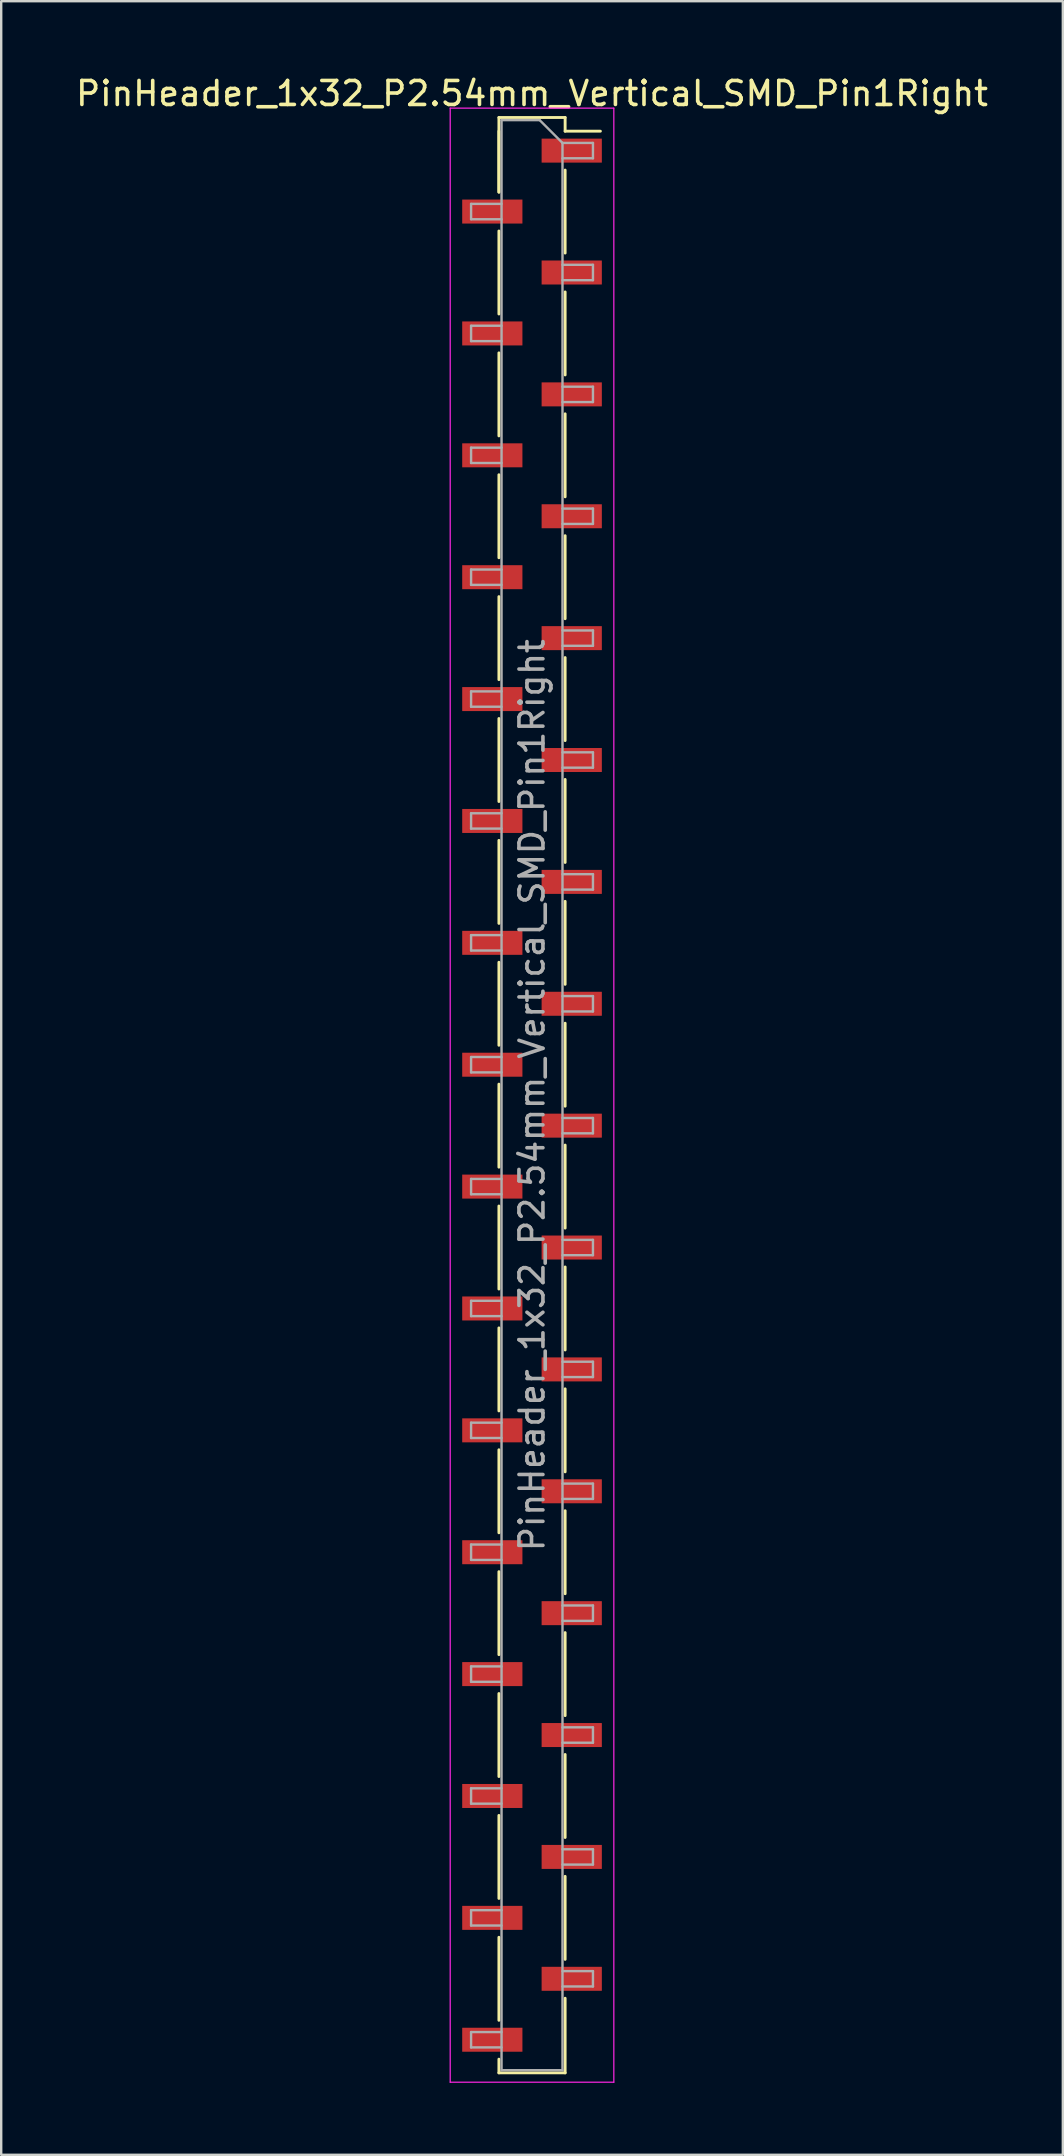
<source format=kicad_pcb>
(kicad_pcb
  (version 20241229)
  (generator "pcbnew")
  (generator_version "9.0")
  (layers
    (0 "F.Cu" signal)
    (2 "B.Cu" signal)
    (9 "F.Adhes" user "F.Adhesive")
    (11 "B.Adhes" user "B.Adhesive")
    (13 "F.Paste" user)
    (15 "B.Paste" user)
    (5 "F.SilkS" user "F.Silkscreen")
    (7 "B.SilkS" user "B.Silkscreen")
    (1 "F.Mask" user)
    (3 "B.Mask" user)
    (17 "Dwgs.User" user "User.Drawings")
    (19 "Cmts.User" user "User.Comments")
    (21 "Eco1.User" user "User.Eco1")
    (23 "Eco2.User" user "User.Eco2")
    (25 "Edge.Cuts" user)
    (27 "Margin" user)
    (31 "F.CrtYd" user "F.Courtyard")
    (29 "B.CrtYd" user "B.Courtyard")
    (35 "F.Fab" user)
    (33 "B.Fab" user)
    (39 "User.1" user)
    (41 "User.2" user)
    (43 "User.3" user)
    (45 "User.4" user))
  (footprint "PinHeader_1x32_P2.54mm_Vertical_SMD_Pin1Right"
    (layer "F.Cu")
    (at 19.125 42.598)
    (property "Reference" "PinHeader_1x32_P2.54mm_Vertical_SMD_Pin1Right" (at 0 -41.75 0) (layer "F.SilkS") (effects (font (size 1 1) (thickness 0.15))))
    (attr smd)
    (fp_line (start -1.38 -40.75) (end -1.38 -37.64) (stroke (width 0.12) (type solid)) (layer "F.SilkS"))
    (fp_line (start -1.38 -40.75) (end 1.38 -40.75) (stroke (width 0.12) (type solid)) (layer "F.SilkS"))
    (fp_line (start -1.38 -40.18) (end -1.38 -37.64) (stroke (width 0.12) (type solid)) (layer "F.SilkS"))
    (fp_line (start -1.38 -36.02) (end -1.38 -32.56) (stroke (width 0.12) (type solid)) (layer "F.SilkS"))
    (fp_line (start -1.38 -30.94) (end -1.38 -27.48) (stroke (width 0.12) (type solid)) (layer "F.SilkS"))
    (fp_line (start -1.38 -25.86) (end -1.38 -22.4) (stroke (width 0.12) (type solid)) (layer "F.SilkS"))
    (fp_line (start -1.38 -20.78) (end -1.38 -17.32) (stroke (width 0.12) (type solid)) (layer "F.SilkS"))
    (fp_line (start -1.38 -15.7) (end -1.38 -12.24) (stroke (width 0.12) (type solid)) (layer "F.SilkS"))
    (fp_line (start -1.38 -10.62) (end -1.38 -7.16) (stroke (width 0.12) (type solid)) (layer "F.SilkS"))
    (fp_line (start -1.38 -5.54) (end -1.38 -2.08) (stroke (width 0.12) (type solid)) (layer "F.SilkS"))
    (fp_line (start -1.38 -0.46) (end -1.38 3) (stroke (width 0.12) (type solid)) (layer "F.SilkS"))
    (fp_line (start -1.38 4.62) (end -1.38 8.08) (stroke (width 0.12) (type solid)) (layer "F.SilkS"))
    (fp_line (start -1.38 9.7) (end -1.38 13.16) (stroke (width 0.12) (type solid)) (layer "F.SilkS"))
    (fp_line (start -1.38 14.78) (end -1.38 18.24) (stroke (width 0.12) (type solid)) (layer "F.SilkS"))
    (fp_line (start -1.38 19.86) (end -1.38 23.32) (stroke (width 0.12) (type solid)) (layer "F.SilkS"))
    (fp_line (start -1.38 24.94) (end -1.38 28.4) (stroke (width 0.12) (type solid)) (layer "F.SilkS"))
    (fp_line (start -1.38 30.02) (end -1.38 33.48) (stroke (width 0.12) (type solid)) (layer "F.SilkS"))
    (fp_line (start -1.38 35.1) (end -1.38 38.56) (stroke (width 0.12) (type solid)) (layer "F.SilkS"))
    (fp_line (start -1.38 40.18) (end -1.38 40.75) (stroke (width 0.12) (type solid)) (layer "F.SilkS"))
    (fp_line (start -1.38 40.75) (end 1.38 40.75) (stroke (width 0.12) (type solid)) (layer "F.SilkS"))
    (fp_line (start 1.38 -40.75) (end 1.38 -40.18) (stroke (width 0.12) (type solid)) (layer "F.SilkS"))
    (fp_line (start 1.38 -40.18) (end 2.85 -40.18) (stroke (width 0.12) (type solid)) (layer "F.SilkS"))
    (fp_line (start 1.38 -38.56) (end 1.38 -35.1) (stroke (width 0.12) (type solid)) (layer "F.SilkS"))
    (fp_line (start 1.38 -33.48) (end 1.38 -30.02) (stroke (width 0.12) (type solid)) (layer "F.SilkS"))
    (fp_line (start 1.38 -28.4) (end 1.38 -24.94) (stroke (width 0.12) (type solid)) (layer "F.SilkS"))
    (fp_line (start 1.38 -23.32) (end 1.38 -19.86) (stroke (width 0.12) (type solid)) (layer "F.SilkS"))
    (fp_line (start 1.38 -18.24) (end 1.38 -14.78) (stroke (width 0.12) (type solid)) (layer "F.SilkS"))
    (fp_line (start 1.38 -13.16) (end 1.38 -9.7) (stroke (width 0.12) (type solid)) (layer "F.SilkS"))
    (fp_line (start 1.38 -8.08) (end 1.38 -4.62) (stroke (width 0.12) (type solid)) (layer "F.SilkS"))
    (fp_line (start 1.38 -3) (end 1.38 0.46) (stroke (width 0.12) (type solid)) (layer "F.SilkS"))
    (fp_line (start 1.38 2.08) (end 1.38 5.54) (stroke (width 0.12) (type solid)) (layer "F.SilkS"))
    (fp_line (start 1.38 7.16) (end 1.38 10.62) (stroke (width 0.12) (type solid)) (layer "F.SilkS"))
    (fp_line (start 1.38 12.24) (end 1.38 15.7) (stroke (width 0.12) (type solid)) (layer "F.SilkS"))
    (fp_line (start 1.38 17.32) (end 1.38 20.78) (stroke (width 0.12) (type solid)) (layer "F.SilkS"))
    (fp_line (start 1.38 22.4) (end 1.38 25.86) (stroke (width 0.12) (type solid)) (layer "F.SilkS"))
    (fp_line (start 1.38 27.48) (end 1.38 30.94) (stroke (width 0.12) (type solid)) (layer "F.SilkS"))
    (fp_line (start 1.38 32.56) (end 1.38 36.02) (stroke (width 0.12) (type solid)) (layer "F.SilkS"))
    (fp_line (start 1.38 37.64) (end 1.38 40.75) (stroke (width 0.12) (type solid)) (layer "F.SilkS"))
    (fp_line (start -3.41 -41.14) (end -3.41 41.14) (stroke (width 0.05) (type solid)) (layer "F.CrtYd"))
    (fp_line (start -3.41 41.14) (end 3.41 41.14) (stroke (width 0.05) (type solid)) (layer "F.CrtYd"))
    (fp_line (start 3.41 -41.14) (end -3.41 -41.14) (stroke (width 0.05) (type solid)) (layer "F.CrtYd"))
    (fp_line (start 3.41 41.14) (end 3.41 -41.14) (stroke (width 0.05) (type solid)) (layer "F.CrtYd"))
    (fp_line (start -2.54 -37.15) (end -2.54 -36.51) (stroke (width 0.1) (type solid)) (layer "F.Fab"))
    (fp_line (start -2.54 -36.51) (end -1.27 -36.51) (stroke (width 0.1) (type solid)) (layer "F.Fab"))
    (fp_line (start -2.54 -32.07) (end -2.54 -31.43) (stroke (width 0.1) (type solid)) (layer "F.Fab"))
    (fp_line (start -2.54 -31.43) (end -1.27 -31.43) (stroke (width 0.1) (type solid)) (layer "F.Fab"))
    (fp_line (start -2.54 -26.99) (end -2.54 -26.35) (stroke (width 0.1) (type solid)) (layer "F.Fab"))
    (fp_line (start -2.54 -26.35) (end -1.27 -26.35) (stroke (width 0.1) (type solid)) (layer "F.Fab"))
    (fp_line (start -2.54 -21.91) (end -2.54 -21.27) (stroke (width 0.1) (type solid)) (layer "F.Fab"))
    (fp_line (start -2.54 -21.27) (end -1.27 -21.27) (stroke (width 0.1) (type solid)) (layer "F.Fab"))
    (fp_line (start -2.54 -16.83) (end -2.54 -16.19) (stroke (width 0.1) (type solid)) (layer "F.Fab"))
    (fp_line (start -2.54 -16.19) (end -1.27 -16.19) (stroke (width 0.1) (type solid)) (layer "F.Fab"))
    (fp_line (start -2.54 -11.75) (end -2.54 -11.11) (stroke (width 0.1) (type solid)) (layer "F.Fab"))
    (fp_line (start -2.54 -11.11) (end -1.27 -11.11) (stroke (width 0.1) (type solid)) (layer "F.Fab"))
    (fp_line (start -2.54 -6.67) (end -2.54 -6.03) (stroke (width 0.1) (type solid)) (layer "F.Fab"))
    (fp_line (start -2.54 -6.03) (end -1.27 -6.03) (stroke (width 0.1) (type solid)) (layer "F.Fab"))
    (fp_line (start -2.54 -1.59) (end -2.54 -0.95) (stroke (width 0.1) (type solid)) (layer "F.Fab"))
    (fp_line (start -2.54 -0.95) (end -1.27 -0.95) (stroke (width 0.1) (type solid)) (layer "F.Fab"))
    (fp_line (start -2.54 3.49) (end -2.54 4.13) (stroke (width 0.1) (type solid)) (layer "F.Fab"))
    (fp_line (start -2.54 4.13) (end -1.27 4.13) (stroke (width 0.1) (type solid)) (layer "F.Fab"))
    (fp_line (start -2.54 8.57) (end -2.54 9.21) (stroke (width 0.1) (type solid)) (layer "F.Fab"))
    (fp_line (start -2.54 9.21) (end -1.27 9.21) (stroke (width 0.1) (type solid)) (layer "F.Fab"))
    (fp_line (start -2.54 13.65) (end -2.54 14.29) (stroke (width 0.1) (type solid)) (layer "F.Fab"))
    (fp_line (start -2.54 14.29) (end -1.27 14.29) (stroke (width 0.1) (type solid)) (layer "F.Fab"))
    (fp_line (start -2.54 18.73) (end -2.54 19.37) (stroke (width 0.1) (type solid)) (layer "F.Fab"))
    (fp_line (start -2.54 19.37) (end -1.27 19.37) (stroke (width 0.1) (type solid)) (layer "F.Fab"))
    (fp_line (start -2.54 23.81) (end -2.54 24.45) (stroke (width 0.1) (type solid)) (layer "F.Fab"))
    (fp_line (start -2.54 24.45) (end -1.27 24.45) (stroke (width 0.1) (type solid)) (layer "F.Fab"))
    (fp_line (start -2.54 28.89) (end -2.54 29.53) (stroke (width 0.1) (type solid)) (layer "F.Fab"))
    (fp_line (start -2.54 29.53) (end -1.27 29.53) (stroke (width 0.1) (type solid)) (layer "F.Fab"))
    (fp_line (start -2.54 33.97) (end -2.54 34.61) (stroke (width 0.1) (type solid)) (layer "F.Fab"))
    (fp_line (start -2.54 34.61) (end -1.27 34.61) (stroke (width 0.1) (type solid)) (layer "F.Fab"))
    (fp_line (start -2.54 39.05) (end -2.54 39.69) (stroke (width 0.1) (type solid)) (layer "F.Fab"))
    (fp_line (start -2.54 39.69) (end -1.27 39.69) (stroke (width 0.1) (type solid)) (layer "F.Fab"))
    (fp_line (start -1.27 -40.64) (end -1.27 40.64) (stroke (width 0.1) (type solid)) (layer "F.Fab"))
    (fp_line (start -1.27 -40.64) (end 0.32 -40.64) (stroke (width 0.1) (type solid)) (layer "F.Fab"))
    (fp_line (start -1.27 -37.15) (end -2.54 -37.15) (stroke (width 0.1) (type solid)) (layer "F.Fab"))
    (fp_line (start -1.27 -32.07) (end -2.54 -32.07) (stroke (width 0.1) (type solid)) (layer "F.Fab"))
    (fp_line (start -1.27 -26.99) (end -2.54 -26.99) (stroke (width 0.1) (type solid)) (layer "F.Fab"))
    (fp_line (start -1.27 -21.91) (end -2.54 -21.91) (stroke (width 0.1) (type solid)) (layer "F.Fab"))
    (fp_line (start -1.27 -16.83) (end -2.54 -16.83) (stroke (width 0.1) (type solid)) (layer "F.Fab"))
    (fp_line (start -1.27 -11.75) (end -2.54 -11.75) (stroke (width 0.1) (type solid)) (layer "F.Fab"))
    (fp_line (start -1.27 -6.67) (end -2.54 -6.67) (stroke (width 0.1) (type solid)) (layer "F.Fab"))
    (fp_line (start -1.27 -1.59) (end -2.54 -1.59) (stroke (width 0.1) (type solid)) (layer "F.Fab"))
    (fp_line (start -1.27 3.49) (end -2.54 3.49) (stroke (width 0.1) (type solid)) (layer "F.Fab"))
    (fp_line (start -1.27 8.57) (end -2.54 8.57) (stroke (width 0.1) (type solid)) (layer "F.Fab"))
    (fp_line (start -1.27 13.65) (end -2.54 13.65) (stroke (width 0.1) (type solid)) (layer "F.Fab"))
    (fp_line (start -1.27 18.73) (end -2.54 18.73) (stroke (width 0.1) (type solid)) (layer "F.Fab"))
    (fp_line (start -1.27 23.81) (end -2.54 23.81) (stroke (width 0.1) (type solid)) (layer "F.Fab"))
    (fp_line (start -1.27 28.89) (end -2.54 28.89) (stroke (width 0.1) (type solid)) (layer "F.Fab"))
    (fp_line (start -1.27 33.97) (end -2.54 33.97) (stroke (width 0.1) (type solid)) (layer "F.Fab"))
    (fp_line (start -1.27 39.05) (end -2.54 39.05) (stroke (width 0.1) (type solid)) (layer "F.Fab"))
    (fp_line (start 1.27 -39.69) (end 0.32 -40.64) (stroke (width 0.1) (type solid)) (layer "F.Fab"))
    (fp_line (start 1.27 -39.69) (end 2.54 -39.69) (stroke (width 0.1) (type solid)) (layer "F.Fab"))
    (fp_line (start 1.27 -34.61) (end 2.54 -34.61) (stroke (width 0.1) (type solid)) (layer "F.Fab"))
    (fp_line (start 1.27 -29.53) (end 2.54 -29.53) (stroke (width 0.1) (type solid)) (layer "F.Fab"))
    (fp_line (start 1.27 -24.45) (end 2.54 -24.45) (stroke (width 0.1) (type solid)) (layer "F.Fab"))
    (fp_line (start 1.27 -19.37) (end 2.54 -19.37) (stroke (width 0.1) (type solid)) (layer "F.Fab"))
    (fp_line (start 1.27 -14.29) (end 2.54 -14.29) (stroke (width 0.1) (type solid)) (layer "F.Fab"))
    (fp_line (start 1.27 -9.21) (end 2.54 -9.21) (stroke (width 0.1) (type solid)) (layer "F.Fab"))
    (fp_line (start 1.27 -4.13) (end 2.54 -4.13) (stroke (width 0.1) (type solid)) (layer "F.Fab"))
    (fp_line (start 1.27 0.95) (end 2.54 0.95) (stroke (width 0.1) (type solid)) (layer "F.Fab"))
    (fp_line (start 1.27 6.03) (end 2.54 6.03) (stroke (width 0.1) (type solid)) (layer "F.Fab"))
    (fp_line (start 1.27 11.11) (end 2.54 11.11) (stroke (width 0.1) (type solid)) (layer "F.Fab"))
    (fp_line (start 1.27 16.19) (end 2.54 16.19) (stroke (width 0.1) (type solid)) (layer "F.Fab"))
    (fp_line (start 1.27 21.27) (end 2.54 21.27) (stroke (width 0.1) (type solid)) (layer "F.Fab"))
    (fp_line (start 1.27 26.35) (end 2.54 26.35) (stroke (width 0.1) (type solid)) (layer "F.Fab"))
    (fp_line (start 1.27 31.43) (end 2.54 31.43) (stroke (width 0.1) (type solid)) (layer "F.Fab"))
    (fp_line (start 1.27 36.51) (end 2.54 36.51) (stroke (width 0.1) (type solid)) (layer "F.Fab"))
    (fp_line (start 1.27 40.64) (end -1.27 40.64) (stroke (width 0.1) (type solid)) (layer "F.Fab"))
    (fp_line (start 1.27 40.64) (end 1.27 -39.69) (stroke (width 0.1) (type solid)) (layer "F.Fab"))
    (fp_line (start 2.54 -39.69) (end 2.54 -39.05) (stroke (width 0.1) (type solid)) (layer "F.Fab"))
    (fp_line (start 2.54 -39.05) (end 1.27 -39.05) (stroke (width 0.1) (type solid)) (layer "F.Fab"))
    (fp_line (start 2.54 -34.61) (end 2.54 -33.97) (stroke (width 0.1) (type solid)) (layer "F.Fab"))
    (fp_line (start 2.54 -33.97) (end 1.27 -33.97) (stroke (width 0.1) (type solid)) (layer "F.Fab"))
    (fp_line (start 2.54 -29.53) (end 2.54 -28.89) (stroke (width 0.1) (type solid)) (layer "F.Fab"))
    (fp_line (start 2.54 -28.89) (end 1.27 -28.89) (stroke (width 0.1) (type solid)) (layer "F.Fab"))
    (fp_line (start 2.54 -24.45) (end 2.54 -23.81) (stroke (width 0.1) (type solid)) (layer "F.Fab"))
    (fp_line (start 2.54 -23.81) (end 1.27 -23.81) (stroke (width 0.1) (type solid)) (layer "F.Fab"))
    (fp_line (start 2.54 -19.37) (end 2.54 -18.73) (stroke (width 0.1) (type solid)) (layer "F.Fab"))
    (fp_line (start 2.54 -18.73) (end 1.27 -18.73) (stroke (width 0.1) (type solid)) (layer "F.Fab"))
    (fp_line (start 2.54 -14.29) (end 2.54 -13.65) (stroke (width 0.1) (type solid)) (layer "F.Fab"))
    (fp_line (start 2.54 -13.65) (end 1.27 -13.65) (stroke (width 0.1) (type solid)) (layer "F.Fab"))
    (fp_line (start 2.54 -9.21) (end 2.54 -8.57) (stroke (width 0.1) (type solid)) (layer "F.Fab"))
    (fp_line (start 2.54 -8.57) (end 1.27 -8.57) (stroke (width 0.1) (type solid)) (layer "F.Fab"))
    (fp_line (start 2.54 -4.13) (end 2.54 -3.49) (stroke (width 0.1) (type solid)) (layer "F.Fab"))
    (fp_line (start 2.54 -3.49) (end 1.27 -3.49) (stroke (width 0.1) (type solid)) (layer "F.Fab"))
    (fp_line (start 2.54 0.95) (end 2.54 1.59) (stroke (width 0.1) (type solid)) (layer "F.Fab"))
    (fp_line (start 2.54 1.59) (end 1.27 1.59) (stroke (width 0.1) (type solid)) (layer "F.Fab"))
    (fp_line (start 2.54 6.03) (end 2.54 6.67) (stroke (width 0.1) (type solid)) (layer "F.Fab"))
    (fp_line (start 2.54 6.67) (end 1.27 6.67) (stroke (width 0.1) (type solid)) (layer "F.Fab"))
    (fp_line (start 2.54 11.11) (end 2.54 11.75) (stroke (width 0.1) (type solid)) (layer "F.Fab"))
    (fp_line (start 2.54 11.75) (end 1.27 11.75) (stroke (width 0.1) (type solid)) (layer "F.Fab"))
    (fp_line (start 2.54 16.19) (end 2.54 16.83) (stroke (width 0.1) (type solid)) (layer "F.Fab"))
    (fp_line (start 2.54 16.83) (end 1.27 16.83) (stroke (width 0.1) (type solid)) (layer "F.Fab"))
    (fp_line (start 2.54 21.27) (end 2.54 21.91) (stroke (width 0.1) (type solid)) (layer "F.Fab"))
    (fp_line (start 2.54 21.91) (end 1.27 21.91) (stroke (width 0.1) (type solid)) (layer "F.Fab"))
    (fp_line (start 2.54 26.35) (end 2.54 26.99) (stroke (width 0.1) (type solid)) (layer "F.Fab"))
    (fp_line (start 2.54 26.99) (end 1.27 26.99) (stroke (width 0.1) (type solid)) (layer "F.Fab"))
    (fp_line (start 2.54 31.43) (end 2.54 32.07) (stroke (width 0.1) (type solid)) (layer "F.Fab"))
    (fp_line (start 2.54 32.07) (end 1.27 32.07) (stroke (width 0.1) (type solid)) (layer "F.Fab"))
    (fp_line (start 2.54 36.51) (end 2.54 37.15) (stroke (width 0.1) (type solid)) (layer "F.Fab"))
    (fp_line (start 2.54 37.15) (end 1.27 37.15) (stroke (width 0.1) (type solid)) (layer "F.Fab"))
    (fp_text user "${REFERENCE}" (at 0 0 90) (layer "F.Fab") (effects (font (size 1 1) (thickness 0.15))))
    (pad "1" smd rect (at 1.655 -39.37) (size 2.51 1) (layers "F.Cu" "F.Mask" "F.Paste"))
    (pad "2" smd rect (at -1.655 -36.83) (size 2.51 1) (layers "F.Cu" "F.Mask" "F.Paste"))
    (pad "3" smd rect (at 1.655 -34.29) (size 2.51 1) (layers "F.Cu" "F.Mask" "F.Paste"))
    (pad "4" smd rect (at -1.655 -31.75) (size 2.51 1) (layers "F.Cu" "F.Mask" "F.Paste"))
    (pad "5" smd rect (at 1.655 -29.21) (size 2.51 1) (layers "F.Cu" "F.Mask" "F.Paste"))
    (pad "6" smd rect (at -1.655 -26.67) (size 2.51 1) (layers "F.Cu" "F.Mask" "F.Paste"))
    (pad "7" smd rect (at 1.655 -24.13) (size 2.51 1) (layers "F.Cu" "F.Mask" "F.Paste"))
    (pad "8" smd rect (at -1.655 -21.59) (size 2.51 1) (layers "F.Cu" "F.Mask" "F.Paste"))
    (pad "9" smd rect (at 1.655 -19.05) (size 2.51 1) (layers "F.Cu" "F.Mask" "F.Paste"))
    (pad "10" smd rect (at -1.655 -16.51) (size 2.51 1) (layers "F.Cu" "F.Mask" "F.Paste"))
    (pad "11" smd rect (at 1.655 -13.97) (size 2.51 1) (layers "F.Cu" "F.Mask" "F.Paste"))
    (pad "12" smd rect (at -1.655 -11.43) (size 2.51 1) (layers "F.Cu" "F.Mask" "F.Paste"))
    (pad "13" smd rect (at 1.655 -8.89) (size 2.51 1) (layers "F.Cu" "F.Mask" "F.Paste"))
    (pad "14" smd rect (at -1.655 -6.35) (size 2.51 1) (layers "F.Cu" "F.Mask" "F.Paste"))
    (pad "15" smd rect (at 1.655 -3.81) (size 2.51 1) (layers "F.Cu" "F.Mask" "F.Paste"))
    (pad "16" smd rect (at -1.655 -1.27) (size 2.51 1) (layers "F.Cu" "F.Mask" "F.Paste"))
    (pad "17" smd rect (at 1.655 1.27) (size 2.51 1) (layers "F.Cu" "F.Mask" "F.Paste"))
    (pad "18" smd rect (at -1.655 3.81) (size 2.51 1) (layers "F.Cu" "F.Mask" "F.Paste"))
    (pad "19" smd rect (at 1.655 6.35) (size 2.51 1) (layers "F.Cu" "F.Mask" "F.Paste"))
    (pad "20" smd rect (at -1.655 8.89) (size 2.51 1) (layers "F.Cu" "F.Mask" "F.Paste"))
    (pad "21" smd rect (at 1.655 11.43) (size 2.51 1) (layers "F.Cu" "F.Mask" "F.Paste"))
    (pad "22" smd rect (at -1.655 13.97) (size 2.51 1) (layers "F.Cu" "F.Mask" "F.Paste"))
    (pad "23" smd rect (at 1.655 16.51) (size 2.51 1) (layers "F.Cu" "F.Mask" "F.Paste"))
    (pad "24" smd rect (at -1.655 19.05) (size 2.51 1) (layers "F.Cu" "F.Mask" "F.Paste"))
    (pad "25" smd rect (at 1.655 21.59) (size 2.51 1) (layers "F.Cu" "F.Mask" "F.Paste"))
    (pad "26" smd rect (at -1.655 24.13) (size 2.51 1) (layers "F.Cu" "F.Mask" "F.Paste"))
    (pad "27" smd rect (at 1.655 26.67) (size 2.51 1) (layers "F.Cu" "F.Mask" "F.Paste"))
    (pad "28" smd rect (at -1.655 29.21) (size 2.51 1) (layers "F.Cu" "F.Mask" "F.Paste"))
    (pad "29" smd rect (at 1.655 31.75) (size 2.51 1) (layers "F.Cu" "F.Mask" "F.Paste"))
    (pad "30" smd rect (at -1.655 34.29) (size 2.51 1) (layers "F.Cu" "F.Mask" "F.Paste"))
    (pad "31" smd rect (at 1.655 36.83) (size 2.51 1) (layers "F.Cu" "F.Mask" "F.Paste"))
    (pad "32" smd rect (at -1.655 39.37) (size 2.51 1) (layers "F.Cu" "F.Mask" "F.Paste")))
  (gr_rect
    (start -3 -3)
    (end 41.25 86.763)
    (stroke (width 0.1) (type default))
    (fill no)
    (layer "Edge.Cuts")))
</source>
